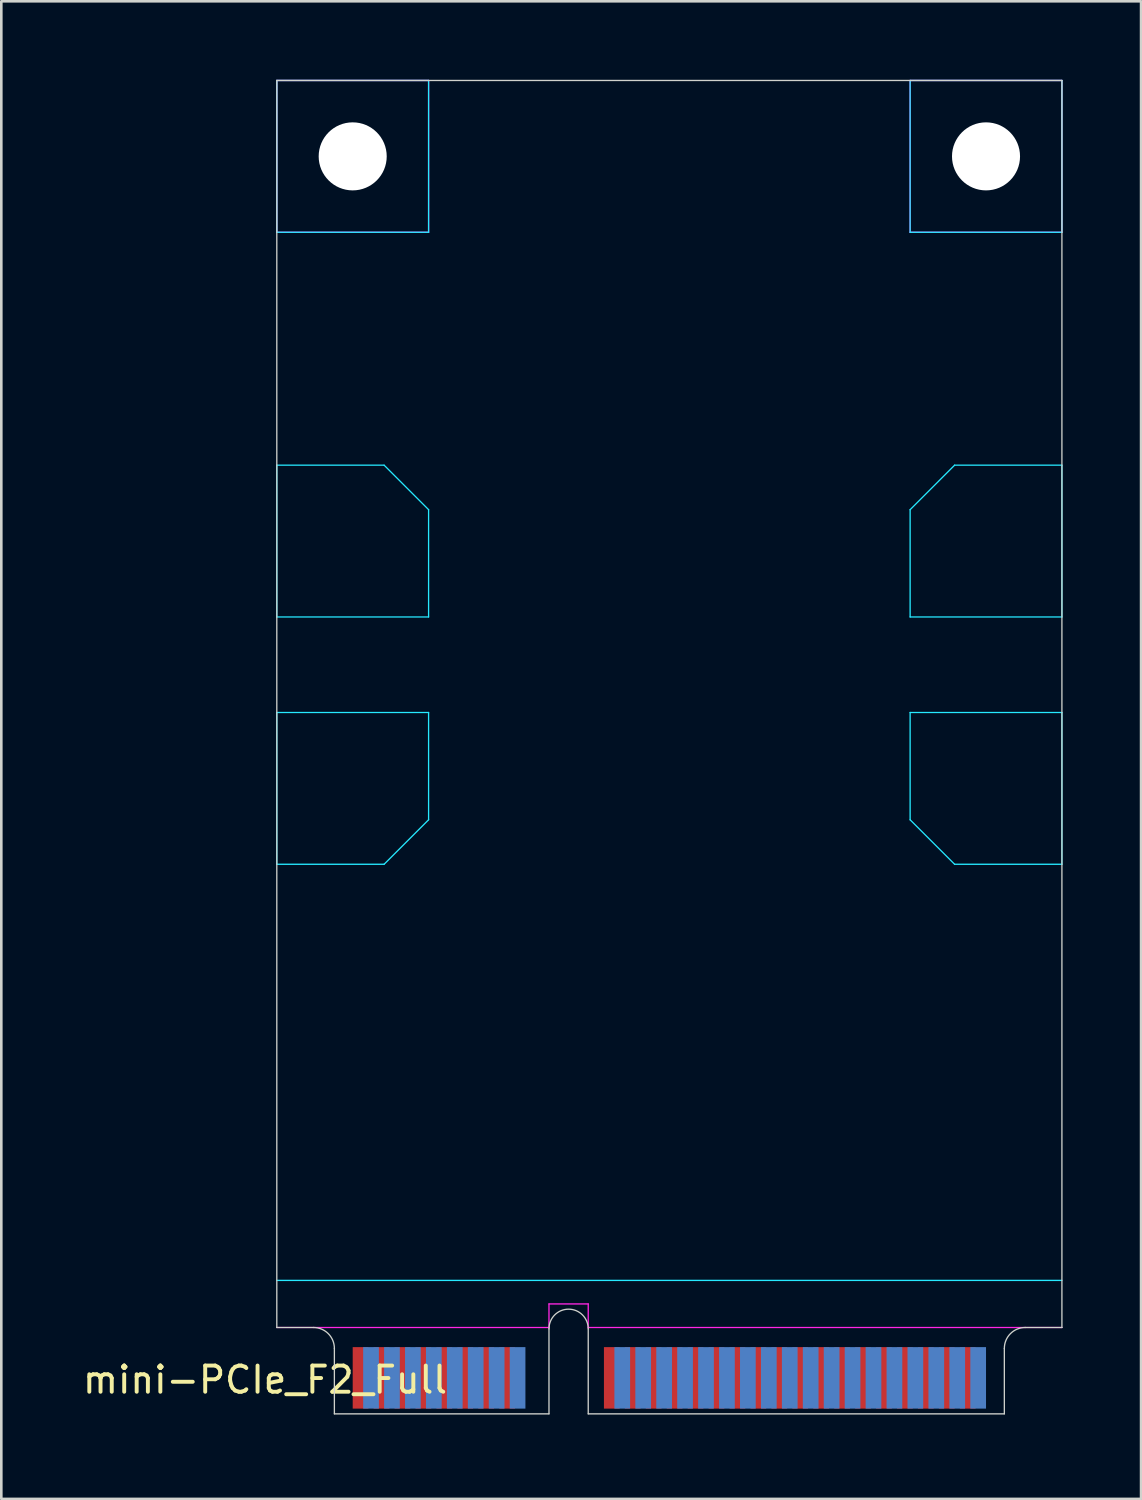
<source format=kicad_pcb>
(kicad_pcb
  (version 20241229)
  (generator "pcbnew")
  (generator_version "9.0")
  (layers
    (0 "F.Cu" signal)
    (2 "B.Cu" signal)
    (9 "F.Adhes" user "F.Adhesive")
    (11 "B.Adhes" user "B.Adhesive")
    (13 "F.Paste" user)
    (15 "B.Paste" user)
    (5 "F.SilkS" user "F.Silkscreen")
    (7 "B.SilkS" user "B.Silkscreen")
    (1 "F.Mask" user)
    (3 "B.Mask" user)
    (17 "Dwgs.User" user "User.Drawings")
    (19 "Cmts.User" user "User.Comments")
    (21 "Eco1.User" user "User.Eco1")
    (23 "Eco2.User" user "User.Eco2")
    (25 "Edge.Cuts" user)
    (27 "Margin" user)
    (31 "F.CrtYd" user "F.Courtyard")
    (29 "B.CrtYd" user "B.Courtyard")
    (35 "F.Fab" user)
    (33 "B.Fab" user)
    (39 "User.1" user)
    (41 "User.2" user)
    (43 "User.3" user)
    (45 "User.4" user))
  (footprint "mini-PCIe_F2_Full"
    (layer "F.Cu")
    (at 18.677 50.975)
    (property "Reference" "mini-PCIe_F2_Full" (at -11.6 -1.3 0) (layer "F.SilkS") (effects (font (size 1 1) (thickness 0.15))))
    (attr through_hole)
    (fp_line (start -11.15 -50.95) (end 18.85 -50.95) (stroke (width 0.05) (type solid)) (layer "Edge.Cuts"))
    (fp_line (start -11.15 -3.3) (end -11.15 -50.95) (stroke (width 0.05) (type solid)) (layer "Edge.Cuts"))
    (fp_line (start -11.15 -3.3) (end -9.75 -3.3) (stroke (width 0.05) (type solid)) (layer "Edge.Cuts"))
    (fp_line (start -8.95 0) (end -8.95 -2.5) (stroke (width 0.05) (type solid)) (layer "Edge.Cuts"))
    (fp_line (start -0.75 0) (end -8.95 0) (stroke (width 0.05) (type solid)) (layer "Edge.Cuts"))
    (fp_line (start -0.75 0) (end -0.75 -3.25) (stroke (width 0.05) (type solid)) (layer "Edge.Cuts"))
    (fp_line (start 0.75 0) (end 0.75 -3.25) (stroke (width 0.05) (type solid)) (layer "Edge.Cuts"))
    (fp_line (start 0.75 0) (end 16.65 0) (stroke (width 0.05) (type solid)) (layer "Edge.Cuts"))
    (fp_line (start 16.65 0) (end 16.65 -2.5) (stroke (width 0.05) (type solid)) (layer "Edge.Cuts"))
    (fp_line (start 17.45 -3.3) (end 18.85 -3.3) (stroke (width 0.05) (type solid)) (layer "Edge.Cuts"))
    (fp_line (start 18.85 -3.3) (end 18.85 -50.95) (stroke (width 0.05) (type solid)) (layer "Edge.Cuts"))
    (fp_arc (start -9.75 -3.3) (mid -9.184315 -3.065685) (end -8.95 -2.5) (stroke (width 0.05) (type solid)) (layer "Edge.Cuts"))
    (fp_arc (start -0.75 -3.25) (mid 0 -4) (end 0.75 -3.25) (stroke (width 0.05) (type solid)) (layer "Edge.Cuts"))
    (fp_arc (start 16.65 -2.5) (mid 16.884315 -3.065685) (end 17.45 -3.3) (stroke (width 0.05) (type solid)) (layer "Edge.Cuts"))
    (fp_line (start -11.15 -50.95) (end -5.35 -50.95) (stroke (width 0.05) (type solid)) (layer "B.CrtYd"))
    (fp_line (start -11.15 -45.15) (end -11.15 -50.95) (stroke (width 0.05) (type solid)) (layer "B.CrtYd"))
    (fp_line (start -11.15 -45.15) (end -5.35 -45.15) (stroke (width 0.05) (type solid)) (layer "B.CrtYd"))
    (fp_line (start -11.15 -36.25) (end -11.15 -30.45) (stroke (width 0.05) (type solid)) (layer "B.CrtYd"))
    (fp_line (start -11.15 -30.45) (end -5.35 -30.45) (stroke (width 0.05) (type solid)) (layer "B.CrtYd"))
    (fp_line (start -11.15 -26.8) (end -11.15 -21) (stroke (width 0.05) (type solid)) (layer "B.CrtYd"))
    (fp_line (start -11.15 -5.1) (end 18.85 -5.1) (stroke (width 0.05) (type solid)) (layer "B.CrtYd"))
    (fp_line (start -7.05 -36.25) (end -11.15 -36.25) (stroke (width 0.05) (type solid)) (layer "B.CrtYd"))
    (fp_line (start -7.05 -36.25) (end -5.35 -34.55) (stroke (width 0.05) (type solid)) (layer "B.CrtYd"))
    (fp_line (start -7.05 -21) (end -11.15 -21) (stroke (width 0.05) (type solid)) (layer "B.CrtYd"))
    (fp_line (start -5.35 -45.15) (end -5.35 -50.95) (stroke (width 0.05) (type solid)) (layer "B.CrtYd"))
    (fp_line (start -5.35 -34.55) (end -5.35 -30.45) (stroke (width 0.05) (type solid)) (layer "B.CrtYd"))
    (fp_line (start -5.35 -26.8) (end -11.15 -26.8) (stroke (width 0.05) (type solid)) (layer "B.CrtYd"))
    (fp_line (start -5.35 -22.7) (end -7.05 -21) (stroke (width 0.05) (type solid)) (layer "B.CrtYd"))
    (fp_line (start -5.35 -22.7) (end -5.35 -26.8) (stroke (width 0.05) (type solid)) (layer "B.CrtYd"))
    (fp_line (start 13.05 -50.95) (end 18.85 -50.95) (stroke (width 0.05) (type solid)) (layer "B.CrtYd"))
    (fp_line (start 13.05 -45.15) (end 13.05 -50.95) (stroke (width 0.05) (type solid)) (layer "B.CrtYd"))
    (fp_line (start 13.05 -45.15) (end 18.85 -45.15) (stroke (width 0.05) (type solid)) (layer "B.CrtYd"))
    (fp_line (start 13.05 -34.55) (end 13.05 -30.45) (stroke (width 0.05) (type solid)) (layer "B.CrtYd"))
    (fp_line (start 13.05 -26.8) (end 18.85 -26.8) (stroke (width 0.05) (type solid)) (layer "B.CrtYd"))
    (fp_line (start 13.05 -22.7) (end 13.05 -26.8) (stroke (width 0.05) (type solid)) (layer "B.CrtYd"))
    (fp_line (start 13.05 -22.7) (end 14.75 -21) (stroke (width 0.05) (type solid)) (layer "B.CrtYd"))
    (fp_line (start 14.75 -36.25) (end 13.05 -34.55) (stroke (width 0.05) (type solid)) (layer "B.CrtYd"))
    (fp_line (start 14.75 -36.25) (end 18.85 -36.25) (stroke (width 0.05) (type solid)) (layer "B.CrtYd"))
    (fp_line (start 14.75 -21) (end 18.85 -21) (stroke (width 0.05) (type solid)) (layer "B.CrtYd"))
    (fp_line (start 18.85 -45.15) (end 18.85 -50.95) (stroke (width 0.05) (type solid)) (layer "B.CrtYd"))
    (fp_line (start 18.85 -36.25) (end 18.85 -30.45) (stroke (width 0.05) (type solid)) (layer "B.CrtYd"))
    (fp_line (start 18.85 -30.45) (end 13.05 -30.45) (stroke (width 0.05) (type solid)) (layer "B.CrtYd"))
    (fp_line (start 18.85 -26.8) (end 18.85 -21) (stroke (width 0.05) (type solid)) (layer "B.CrtYd"))
    (fp_line (start -11.15 -50.95) (end -5.35 -50.95) (stroke (width 0.05) (type solid)) (layer "F.CrtYd"))
    (fp_line (start -11.15 -45.15) (end -11.15 -50.95) (stroke (width 0.05) (type solid)) (layer "F.CrtYd"))
    (fp_line (start -11.15 -45.15) (end -5.35 -45.15) (stroke (width 0.05) (type solid)) (layer "F.CrtYd"))
    (fp_line (start -11.15 -3.3) (end -0.75 -3.3) (stroke (width 0.05) (type solid)) (layer "F.CrtYd"))
    (fp_line (start -5.35 -45.15) (end -5.35 -50.95) (stroke (width 0.05) (type solid)) (layer "F.CrtYd"))
    (fp_line (start -0.75 -4.2) (end 0.75 -4.2) (stroke (width 0.05) (type solid)) (layer "F.CrtYd"))
    (fp_line (start -0.75 -3.3) (end -0.75 -4.2) (stroke (width 0.05) (type solid)) (layer "F.CrtYd"))
    (fp_line (start 0.75 -3.3) (end 0.75 -4.2) (stroke (width 0.05) (type solid)) (layer "F.CrtYd"))
    (fp_line (start 0.75 -3.3) (end 18.85 -3.3) (stroke (width 0.05) (type solid)) (layer "F.CrtYd"))
    (fp_line (start 13.05 -50.95) (end 18.85 -50.95) (stroke (width 0.05) (type solid)) (layer "F.CrtYd"))
    (fp_line (start 13.05 -45.15) (end 13.05 -50.95) (stroke (width 0.05) (type solid)) (layer "F.CrtYd"))
    (fp_line (start 13.05 -45.15) (end 18.85 -45.15) (stroke (width 0.05) (type solid)) (layer "F.CrtYd"))
    (fp_line (start 18.85 -45.15) (end 18.85 -50.95) (stroke (width 0.05) (type solid)) (layer "F.CrtYd"))
    (pad "" np_thru_hole circle (at -8.25 -48.05) (size 2.6 2.6) (drill 2.6) (layers "*.Cu"))
    (pad "" np_thru_hole circle (at 15.95 -48.05) (size 2.6 2.6) (drill 2.6) (layers "*.Cu"))
    (pad "1" smd rect (at -7.95 -1.375) (size 0.6 2.35) (layers "F.Cu" "F.Mask"))
    (pad "2" smd rect (at -7.55 -1.375) (size 0.6 2.35) (layers "B.Cu" "B.Mask"))
    (pad "3" smd rect (at -7.15 -1.375) (size 0.6 2.35) (layers "F.Cu" "F.Mask"))
    (pad "4" smd rect (at -6.75 -1.375) (size 0.6 2.35) (layers "B.Cu" "B.Mask"))
    (pad "5" smd rect (at -6.35 -1.375) (size 0.6 2.35) (layers "F.Cu" "F.Mask"))
    (pad "6" smd rect (at -5.95 -1.375) (size 0.6 2.35) (layers "B.Cu" "B.Mask"))
    (pad "7" smd rect (at -5.55 -1.375) (size 0.6 2.35) (layers "F.Cu" "F.Mask"))
    (pad "8" smd rect (at -5.15 -1.375) (size 0.6 2.35) (layers "B.Cu" "B.Mask"))
    (pad "9" smd rect (at -4.75 -1.375) (size 0.6 2.35) (layers "F.Cu" "F.Mask"))
    (pad "10" smd rect (at -4.35 -1.375) (size 0.6 2.35) (layers "B.Cu" "B.Mask"))
    (pad "11" smd rect (at -3.95 -1.375) (size 0.6 2.35) (layers "F.Cu" "F.Mask"))
    (pad "12" smd rect (at -3.55 -1.375) (size 0.6 2.35) (layers "B.Cu" "B.Mask"))
    (pad "13" smd rect (at -3.15 -1.375) (size 0.6 2.35) (layers "F.Cu" "F.Mask"))
    (pad "14" smd rect (at -2.75 -1.375) (size 0.6 2.35) (layers "B.Cu" "B.Mask"))
    (pad "15" smd rect (at -2.35 -1.375) (size 0.6 2.35) (layers "F.Cu" "F.Mask"))
    (pad "16" smd rect (at -1.95 -1.375) (size 0.6 2.35) (layers "B.Cu" "B.Mask"))
    (pad "17" smd rect (at 1.65 -1.375) (size 0.6 2.35) (layers "F.Cu" "F.Mask"))
    (pad "18" smd rect (at 2.05 -1.375) (size 0.6 2.35) (layers "B.Cu" "B.Mask"))
    (pad "19" smd rect (at 2.45 -1.375) (size 0.6 2.35) (layers "F.Cu" "F.Mask"))
    (pad "20" smd rect (at 2.85 -1.375) (size 0.6 2.35) (layers "B.Cu" "B.Mask"))
    (pad "21" smd rect (at 3.25 -1.375) (size 0.6 2.35) (layers "F.Cu" "F.Mask"))
    (pad "22" smd rect (at 3.65 -1.375) (size 0.6 2.35) (layers "B.Cu" "B.Mask"))
    (pad "23" smd rect (at 4.05 -1.375) (size 0.6 2.35) (layers "F.Cu" "F.Mask"))
    (pad "24" smd rect (at 4.45 -1.375) (size 0.6 2.35) (layers "B.Cu" "B.Mask"))
    (pad "25" smd rect (at 4.85 -1.375) (size 0.6 2.35) (layers "F.Cu" "F.Mask"))
    (pad "26" smd rect (at 5.25 -1.375) (size 0.6 2.35) (layers "B.Cu" "B.Mask"))
    (pad "27" smd rect (at 5.65 -1.375) (size 0.6 2.35) (layers "F.Cu" "F.Mask"))
    (pad "28" smd rect (at 6.05 -1.375) (size 0.6 2.35) (layers "B.Cu" "B.Mask"))
    (pad "29" smd rect (at 6.45 -1.375) (size 0.6 2.35) (layers "F.Cu" "F.Mask"))
    (pad "30" smd rect (at 6.85 -1.375) (size 0.6 2.35) (layers "B.Cu" "B.Mask"))
    (pad "31" smd rect (at 7.25 -1.375) (size 0.6 2.35) (layers "F.Cu" "F.Mask"))
    (pad "32" smd rect (at 7.65 -1.375) (size 0.6 2.35) (layers "B.Cu" "B.Mask"))
    (pad "33" smd rect (at 8.05 -1.375) (size 0.6 2.35) (layers "F.Cu" "F.Mask"))
    (pad "34" smd rect (at 8.45 -1.375) (size 0.6 2.35) (layers "B.Cu" "B.Mask"))
    (pad "35" smd rect (at 8.85 -1.375) (size 0.6 2.35) (layers "F.Cu" "F.Mask"))
    (pad "36" smd rect (at 9.25 -1.375) (size 0.6 2.35) (layers "B.Cu" "B.Mask"))
    (pad "37" smd rect (at 9.65 -1.375) (size 0.6 2.35) (layers "F.Cu" "F.Mask"))
    (pad "38" smd rect (at 10.05 -1.375) (size 0.6 2.35) (layers "B.Cu" "B.Mask"))
    (pad "39" smd rect (at 10.45 -1.375) (size 0.6 2.35) (layers "F.Cu" "F.Mask"))
    (pad "40" smd rect (at 10.85 -1.375) (size 0.6 2.35) (layers "B.Cu" "B.Mask"))
    (pad "41" smd rect (at 11.25 -1.375) (size 0.6 2.35) (layers "F.Cu" "F.Mask"))
    (pad "42" smd rect (at 11.65 -1.375) (size 0.6 2.35) (layers "B.Cu" "B.Mask"))
    (pad "43" smd rect (at 12.05 -1.375) (size 0.6 2.35) (layers "F.Cu" "F.Mask"))
    (pad "44" smd rect (at 12.45 -1.375) (size 0.6 2.35) (layers "B.Cu" "B.Mask"))
    (pad "45" smd rect (at 12.85 -1.375) (size 0.6 2.35) (layers "F.Cu" "F.Mask"))
    (pad "46" smd rect (at 13.25 -1.375) (size 0.6 2.35) (layers "B.Cu" "B.Mask"))
    (pad "47" smd rect (at 13.65 -1.375) (size 0.6 2.35) (layers "F.Cu" "F.Mask"))
    (pad "48" smd rect (at 14.05 -1.375) (size 0.6 2.35) (layers "B.Cu" "B.Mask"))
    (pad "49" smd rect (at 14.45 -1.375) (size 0.6 2.35) (layers "F.Cu" "F.Mask"))
    (pad "50" smd rect (at 14.85 -1.375) (size 0.6 2.35) (layers "B.Cu" "B.Mask"))
    (pad "51" smd rect (at 15.25 -1.375) (size 0.6 2.35) (layers "F.Cu" "F.Mask"))
    (pad "52" smd rect (at 15.65 -1.375) (size 0.6 2.35) (layers "B.Cu" "B.Mask")))
  (gr_rect
    (start -3 -3)
    (end 40.552 54.225)
    (stroke (width 0.1) (type default))
    (fill no)
    (layer "Edge.Cuts")))
</source>
